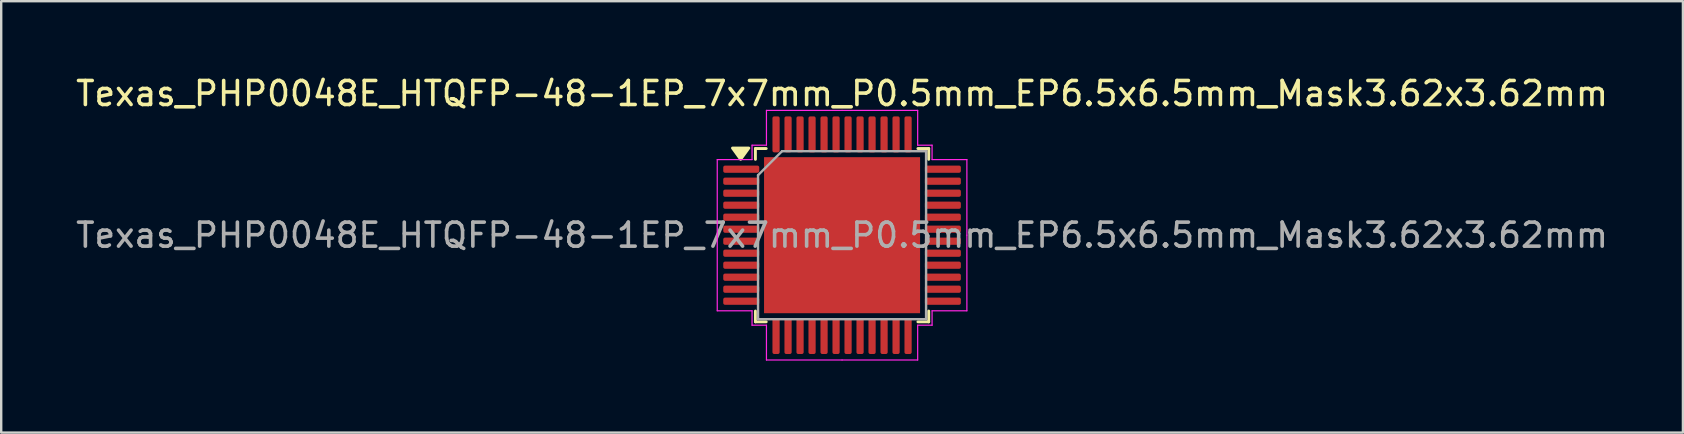
<source format=kicad_pcb>
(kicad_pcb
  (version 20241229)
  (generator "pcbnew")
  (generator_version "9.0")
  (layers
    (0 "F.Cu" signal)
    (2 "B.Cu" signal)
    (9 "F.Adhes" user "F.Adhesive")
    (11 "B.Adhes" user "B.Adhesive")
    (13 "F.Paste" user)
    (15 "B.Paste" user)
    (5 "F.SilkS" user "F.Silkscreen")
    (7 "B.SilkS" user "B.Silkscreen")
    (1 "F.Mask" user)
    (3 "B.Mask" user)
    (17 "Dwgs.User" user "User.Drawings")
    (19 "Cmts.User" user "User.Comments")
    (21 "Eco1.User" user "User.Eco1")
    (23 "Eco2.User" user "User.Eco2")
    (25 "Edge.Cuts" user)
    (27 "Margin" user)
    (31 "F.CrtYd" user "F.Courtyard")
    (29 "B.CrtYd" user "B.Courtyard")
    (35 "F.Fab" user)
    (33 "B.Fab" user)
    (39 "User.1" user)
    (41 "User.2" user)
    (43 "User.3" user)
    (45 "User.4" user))
  (footprint "Texas_PHP0048E_HTQFP-48-1EP_7x7mm_P0.5mm_EP6.5x6.5mm_Mask3.62x3.62mm"
    (layer "F.Cu")
    (at 32.03 6.748)
    (property "Reference" "Texas_PHP0048E_HTQFP-48-1EP_7x7mm_P0.5mm_EP6.5x6.5mm_Mask3.62x3.62mm" (at 0 -5.9 0) (layer "F.SilkS") (effects (font (size 1 1) (thickness 0.15))))
    (attr smd)
    (fp_line (start -3.61 -3.61) (end -3.61 -3.16) (stroke (width 0.12) (type solid)) (layer "F.SilkS"))
    (fp_line (start -3.61 3.61) (end -3.61 3.16) (stroke (width 0.12) (type solid)) (layer "F.SilkS"))
    (fp_line (start -3.16 -3.61) (end -3.61 -3.61) (stroke (width 0.12) (type solid)) (layer "F.SilkS"))
    (fp_line (start -3.16 3.61) (end -3.61 3.61) (stroke (width 0.12) (type solid)) (layer "F.SilkS"))
    (fp_line (start 3.16 -3.61) (end 3.61 -3.61) (stroke (width 0.12) (type solid)) (layer "F.SilkS"))
    (fp_line (start 3.16 3.61) (end 3.61 3.61) (stroke (width 0.12) (type solid)) (layer "F.SilkS"))
    (fp_line (start 3.61 -3.61) (end 3.61 -3.16) (stroke (width 0.12) (type solid)) (layer "F.SilkS"))
    (fp_line (start 3.61 3.61) (end 3.61 3.16) (stroke (width 0.12) (type solid)) (layer "F.SilkS"))
    (fp_poly (pts (xy -4.225 -3.16) (xy -4.565 -3.63) (xy -3.885 -3.63) (xy -4.225 -3.16)) (stroke (width 0.12) (type solid)) (fill yes) (layer "F.SilkS"))
    (fp_line (start -5.2 -3.15) (end -5.2 0) (stroke (width 0.05) (type solid)) (layer "F.CrtYd"))
    (fp_line (start -5.2 3.15) (end -5.2 0) (stroke (width 0.05) (type solid)) (layer "F.CrtYd"))
    (fp_line (start -3.75 -3.75) (end -3.75 -3.15) (stroke (width 0.05) (type solid)) (layer "F.CrtYd"))
    (fp_line (start -3.75 -3.15) (end -5.2 -3.15) (stroke (width 0.05) (type solid)) (layer "F.CrtYd"))
    (fp_line (start -3.75 3.15) (end -5.2 3.15) (stroke (width 0.05) (type solid)) (layer "F.CrtYd"))
    (fp_line (start -3.75 3.75) (end -3.75 3.15) (stroke (width 0.05) (type solid)) (layer "F.CrtYd"))
    (fp_line (start -3.15 -5.2) (end -3.15 -3.75) (stroke (width 0.05) (type solid)) (layer "F.CrtYd"))
    (fp_line (start -3.15 -3.75) (end -3.75 -3.75) (stroke (width 0.05) (type solid)) (layer "F.CrtYd"))
    (fp_line (start -3.15 3.75) (end -3.75 3.75) (stroke (width 0.05) (type solid)) (layer "F.CrtYd"))
    (fp_line (start -3.15 5.2) (end -3.15 3.75) (stroke (width 0.05) (type solid)) (layer "F.CrtYd"))
    (fp_line (start 0 -5.2) (end -3.15 -5.2) (stroke (width 0.05) (type solid)) (layer "F.CrtYd"))
    (fp_line (start 0 -5.2) (end 3.15 -5.2) (stroke (width 0.05) (type solid)) (layer "F.CrtYd"))
    (fp_line (start 0 5.2) (end -3.15 5.2) (stroke (width 0.05) (type solid)) (layer "F.CrtYd"))
    (fp_line (start 0 5.2) (end 3.15 5.2) (stroke (width 0.05) (type solid)) (layer "F.CrtYd"))
    (fp_line (start 3.15 -5.2) (end 3.15 -3.75) (stroke (width 0.05) (type solid)) (layer "F.CrtYd"))
    (fp_line (start 3.15 -3.75) (end 3.75 -3.75) (stroke (width 0.05) (type solid)) (layer "F.CrtYd"))
    (fp_line (start 3.15 3.75) (end 3.75 3.75) (stroke (width 0.05) (type solid)) (layer "F.CrtYd"))
    (fp_line (start 3.15 5.2) (end 3.15 3.75) (stroke (width 0.05) (type solid)) (layer "F.CrtYd"))
    (fp_line (start 3.75 -3.75) (end 3.75 -3.15) (stroke (width 0.05) (type solid)) (layer "F.CrtYd"))
    (fp_line (start 3.75 -3.15) (end 5.2 -3.15) (stroke (width 0.05) (type solid)) (layer "F.CrtYd"))
    (fp_line (start 3.75 3.15) (end 5.2 3.15) (stroke (width 0.05) (type solid)) (layer "F.CrtYd"))
    (fp_line (start 3.75 3.75) (end 3.75 3.15) (stroke (width 0.05) (type solid)) (layer "F.CrtYd"))
    (fp_line (start 5.2 -3.15) (end 5.2 0) (stroke (width 0.05) (type solid)) (layer "F.CrtYd"))
    (fp_line (start 5.2 3.15) (end 5.2 0) (stroke (width 0.05) (type solid)) (layer "F.CrtYd"))
    (fp_line (start -3.5 -2.5) (end -2.5 -3.5) (stroke (width 0.1) (type solid)) (layer "F.Fab"))
    (fp_line (start -3.5 3.5) (end -3.5 -2.5) (stroke (width 0.1) (type solid)) (layer "F.Fab"))
    (fp_line (start -2.5 -3.5) (end 3.5 -3.5) (stroke (width 0.1) (type solid)) (layer "F.Fab"))
    (fp_line (start 3.5 -3.5) (end 3.5 3.5) (stroke (width 0.1) (type solid)) (layer "F.Fab"))
    (fp_line (start 3.5 3.5) (end -3.5 3.5) (stroke (width 0.1) (type solid)) (layer "F.Fab"))
    (fp_text user "${REFERENCE}" (at 0 0 0) (layer "F.Fab") (effects (font (size 1 1) (thickness 0.15))))
    (pad "" smd rect (at 0 0) (size 3.62 3.62) (layers "F.Mask"))
    (pad "" smd roundrect (at 0 0) (size 3.62 3.62) (layers "F.Paste") (roundrect_rratio 0.069))
    (pad "1" smd roundrect (at -4.2 -2.75) (size 1.5 0.3) (layers "F.Cu" "F.Mask" "F.Paste") (roundrect_rratio 0.25))
    (pad "2" smd roundrect (at -4.2 -2.25) (size 1.5 0.3) (layers "F.Cu" "F.Mask" "F.Paste") (roundrect_rratio 0.25))
    (pad "3" smd roundrect (at -4.2 -1.75) (size 1.5 0.3) (layers "F.Cu" "F.Mask" "F.Paste") (roundrect_rratio 0.25))
    (pad "4" smd roundrect (at -4.2 -1.25) (size 1.5 0.3) (layers "F.Cu" "F.Mask" "F.Paste") (roundrect_rratio 0.25))
    (pad "5" smd roundrect (at -4.2 -0.75) (size 1.5 0.3) (layers "F.Cu" "F.Mask" "F.Paste") (roundrect_rratio 0.25))
    (pad "6" smd roundrect (at -4.2 -0.25) (size 1.5 0.3) (layers "F.Cu" "F.Mask" "F.Paste") (roundrect_rratio 0.25))
    (pad "7" smd roundrect (at -4.2 0.25) (size 1.5 0.3) (layers "F.Cu" "F.Mask" "F.Paste") (roundrect_rratio 0.25))
    (pad "8" smd roundrect (at -4.2 0.75) (size 1.5 0.3) (layers "F.Cu" "F.Mask" "F.Paste") (roundrect_rratio 0.25))
    (pad "9" smd roundrect (at -4.2 1.25) (size 1.5 0.3) (layers "F.Cu" "F.Mask" "F.Paste") (roundrect_rratio 0.25))
    (pad "10" smd roundrect (at -4.2 1.75) (size 1.5 0.3) (layers "F.Cu" "F.Mask" "F.Paste") (roundrect_rratio 0.25))
    (pad "11" smd roundrect (at -4.2 2.25) (size 1.5 0.3) (layers "F.Cu" "F.Mask" "F.Paste") (roundrect_rratio 0.25))
    (pad "12" smd roundrect (at -4.2 2.75) (size 1.5 0.3) (layers "F.Cu" "F.Mask" "F.Paste") (roundrect_rratio 0.25))
    (pad "13" smd roundrect (at -2.75 4.2) (size 0.3 1.5) (layers "F.Cu" "F.Mask" "F.Paste") (roundrect_rratio 0.25))
    (pad "14" smd roundrect (at -2.25 4.2) (size 0.3 1.5) (layers "F.Cu" "F.Mask" "F.Paste") (roundrect_rratio 0.25))
    (pad "15" smd roundrect (at -1.75 4.2) (size 0.3 1.5) (layers "F.Cu" "F.Mask" "F.Paste") (roundrect_rratio 0.25))
    (pad "16" smd roundrect (at -1.25 4.2) (size 0.3 1.5) (layers "F.Cu" "F.Mask" "F.Paste") (roundrect_rratio 0.25))
    (pad "17" smd roundrect (at -0.75 4.2) (size 0.3 1.5) (layers "F.Cu" "F.Mask" "F.Paste") (roundrect_rratio 0.25))
    (pad "18" smd roundrect (at -0.25 4.2) (size 0.3 1.5) (layers "F.Cu" "F.Mask" "F.Paste") (roundrect_rratio 0.25))
    (pad "19" smd roundrect (at 0.25 4.2) (size 0.3 1.5) (layers "F.Cu" "F.Mask" "F.Paste") (roundrect_rratio 0.25))
    (pad "20" smd roundrect (at 0.75 4.2) (size 0.3 1.5) (layers "F.Cu" "F.Mask" "F.Paste") (roundrect_rratio 0.25))
    (pad "21" smd roundrect (at 1.25 4.2) (size 0.3 1.5) (layers "F.Cu" "F.Mask" "F.Paste") (roundrect_rratio 0.25))
    (pad "22" smd roundrect (at 1.75 4.2) (size 0.3 1.5) (layers "F.Cu" "F.Mask" "F.Paste") (roundrect_rratio 0.25))
    (pad "23" smd roundrect (at 2.25 4.2) (size 0.3 1.5) (layers "F.Cu" "F.Mask" "F.Paste") (roundrect_rratio 0.25))
    (pad "24" smd roundrect (at 2.75 4.2) (size 0.3 1.5) (layers "F.Cu" "F.Mask" "F.Paste") (roundrect_rratio 0.25))
    (pad "25" smd roundrect (at 4.2 2.75) (size 1.5 0.3) (layers "F.Cu" "F.Mask" "F.Paste") (roundrect_rratio 0.25))
    (pad "26" smd roundrect (at 4.2 2.25) (size 1.5 0.3) (layers "F.Cu" "F.Mask" "F.Paste") (roundrect_rratio 0.25))
    (pad "27" smd roundrect (at 4.2 1.75) (size 1.5 0.3) (layers "F.Cu" "F.Mask" "F.Paste") (roundrect_rratio 0.25))
    (pad "28" smd roundrect (at 4.2 1.25) (size 1.5 0.3) (layers "F.Cu" "F.Mask" "F.Paste") (roundrect_rratio 0.25))
    (pad "29" smd roundrect (at 4.2 0.75) (size 1.5 0.3) (layers "F.Cu" "F.Mask" "F.Paste") (roundrect_rratio 0.25))
    (pad "30" smd roundrect (at 4.2 0.25) (size 1.5 0.3) (layers "F.Cu" "F.Mask" "F.Paste") (roundrect_rratio 0.25))
    (pad "31" smd roundrect (at 4.2 -0.25) (size 1.5 0.3) (layers "F.Cu" "F.Mask" "F.Paste") (roundrect_rratio 0.25))
    (pad "32" smd roundrect (at 4.2 -0.75) (size 1.5 0.3) (layers "F.Cu" "F.Mask" "F.Paste") (roundrect_rratio 0.25))
    (pad "33" smd roundrect (at 4.2 -1.25) (size 1.5 0.3) (layers "F.Cu" "F.Mask" "F.Paste") (roundrect_rratio 0.25))
    (pad "34" smd roundrect (at 4.2 -1.75) (size 1.5 0.3) (layers "F.Cu" "F.Mask" "F.Paste") (roundrect_rratio 0.25))
    (pad "35" smd roundrect (at 4.2 -2.25) (size 1.5 0.3) (layers "F.Cu" "F.Mask" "F.Paste") (roundrect_rratio 0.25))
    (pad "36" smd roundrect (at 4.2 -2.75) (size 1.5 0.3) (layers "F.Cu" "F.Mask" "F.Paste") (roundrect_rratio 0.25))
    (pad "37" smd roundrect (at 2.75 -4.2) (size 0.3 1.5) (layers "F.Cu" "F.Mask" "F.Paste") (roundrect_rratio 0.25))
    (pad "38" smd roundrect (at 2.25 -4.2) (size 0.3 1.5) (layers "F.Cu" "F.Mask" "F.Paste") (roundrect_rratio 0.25))
    (pad "39" smd roundrect (at 1.75 -4.2) (size 0.3 1.5) (layers "F.Cu" "F.Mask" "F.Paste") (roundrect_rratio 0.25))
    (pad "40" smd roundrect (at 1.25 -4.2) (size 0.3 1.5) (layers "F.Cu" "F.Mask" "F.Paste") (roundrect_rratio 0.25))
    (pad "41" smd roundrect (at 0.75 -4.2) (size 0.3 1.5) (layers "F.Cu" "F.Mask" "F.Paste") (roundrect_rratio 0.25))
    (pad "42" smd roundrect (at 0.25 -4.2) (size 0.3 1.5) (layers "F.Cu" "F.Mask" "F.Paste") (roundrect_rratio 0.25))
    (pad "43" smd roundrect (at -0.25 -4.2) (size 0.3 1.5) (layers "F.Cu" "F.Mask" "F.Paste") (roundrect_rratio 0.25))
    (pad "44" smd roundrect (at -0.75 -4.2) (size 0.3 1.5) (layers "F.Cu" "F.Mask" "F.Paste") (roundrect_rratio 0.25))
    (pad "45" smd roundrect (at -1.25 -4.2) (size 0.3 1.5) (layers "F.Cu" "F.Mask" "F.Paste") (roundrect_rratio 0.25))
    (pad "46" smd roundrect (at -1.75 -4.2) (size 0.3 1.5) (layers "F.Cu" "F.Mask" "F.Paste") (roundrect_rratio 0.25))
    (pad "47" smd roundrect (at -2.25 -4.2) (size 0.3 1.5) (layers "F.Cu" "F.Mask" "F.Paste") (roundrect_rratio 0.25))
    (pad "48" smd roundrect (at -2.75 -4.2) (size 0.3 1.5) (layers "F.Cu" "F.Mask" "F.Paste") (roundrect_rratio 0.25))
    (pad "49" smd rect (at 0 0) (size 6.5 6.5) (property pad_prop_heatsink) (layers "F.Cu")))
  (gr_rect
    (start -3 -3)
    (end 67.06 14.973)
    (stroke (width 0.1) (type default))
    (fill no)
    (layer "Edge.Cuts")))
</source>
